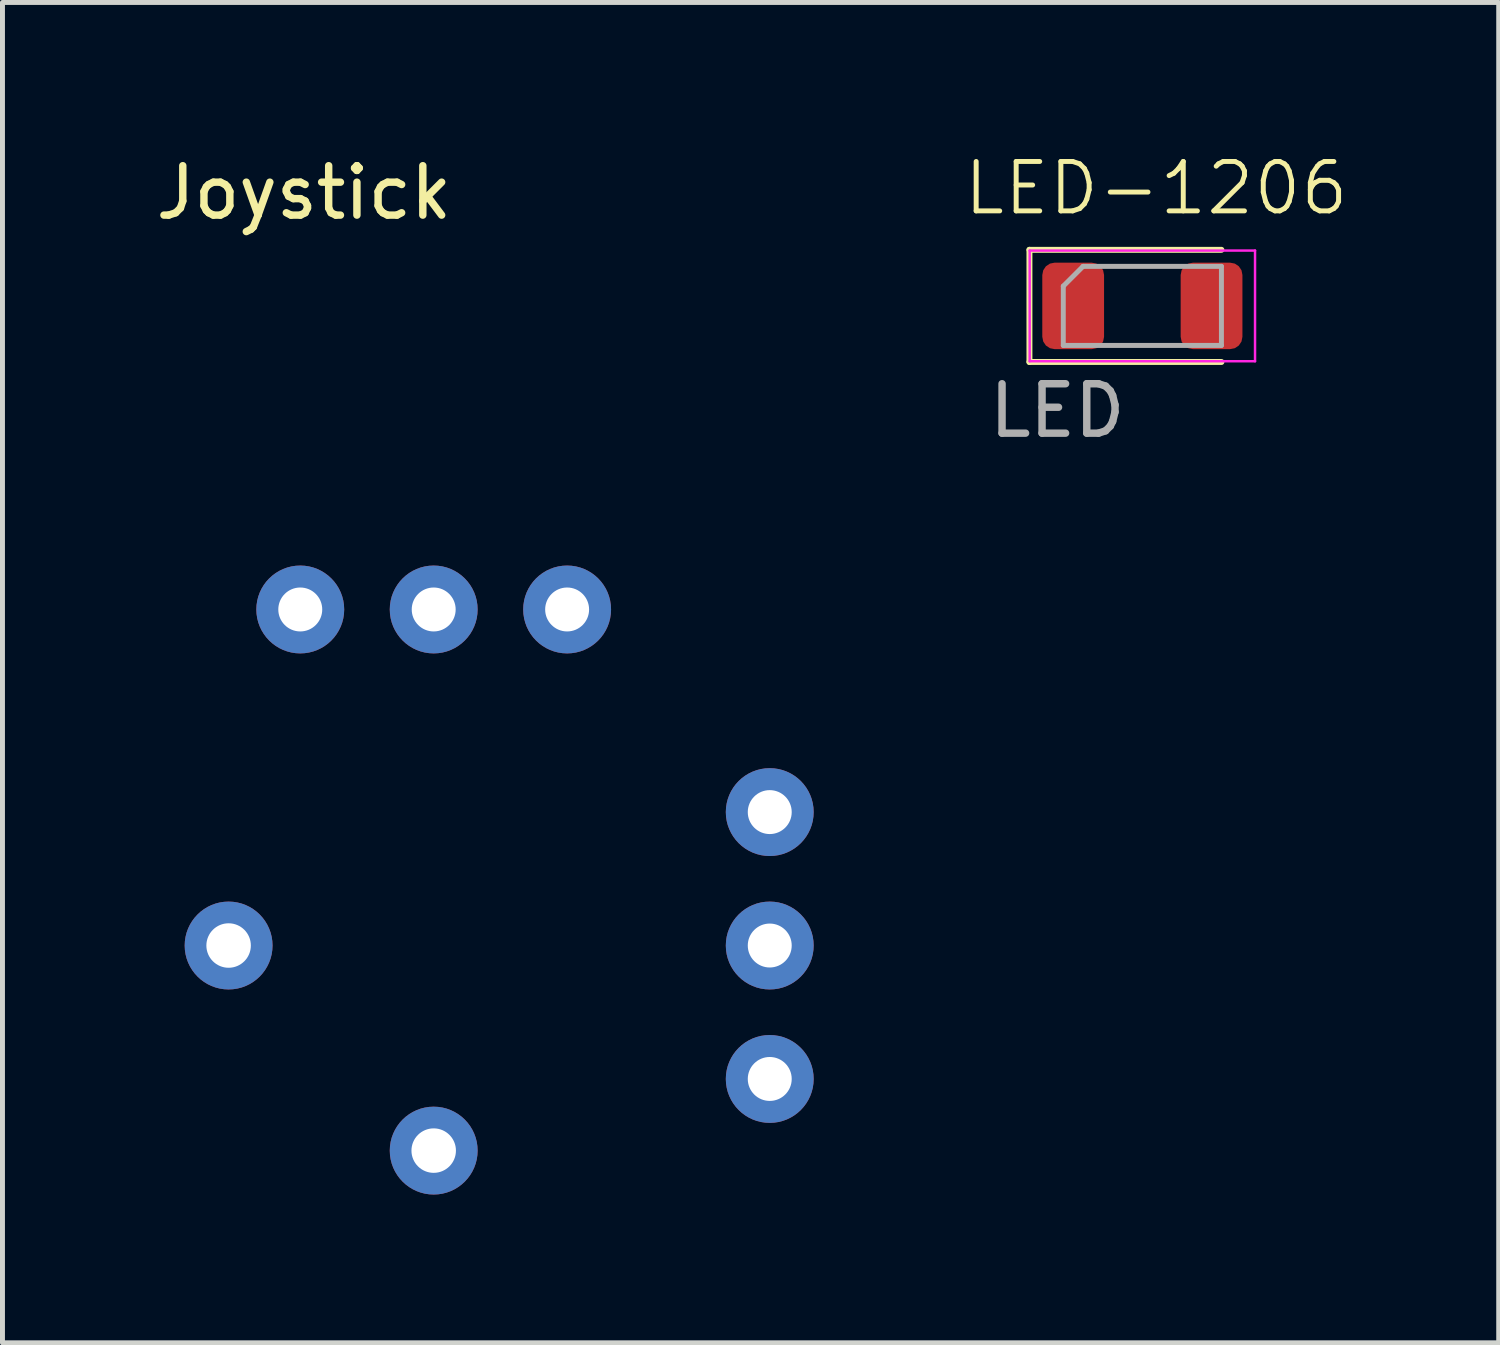
<source format=kicad_pcb>
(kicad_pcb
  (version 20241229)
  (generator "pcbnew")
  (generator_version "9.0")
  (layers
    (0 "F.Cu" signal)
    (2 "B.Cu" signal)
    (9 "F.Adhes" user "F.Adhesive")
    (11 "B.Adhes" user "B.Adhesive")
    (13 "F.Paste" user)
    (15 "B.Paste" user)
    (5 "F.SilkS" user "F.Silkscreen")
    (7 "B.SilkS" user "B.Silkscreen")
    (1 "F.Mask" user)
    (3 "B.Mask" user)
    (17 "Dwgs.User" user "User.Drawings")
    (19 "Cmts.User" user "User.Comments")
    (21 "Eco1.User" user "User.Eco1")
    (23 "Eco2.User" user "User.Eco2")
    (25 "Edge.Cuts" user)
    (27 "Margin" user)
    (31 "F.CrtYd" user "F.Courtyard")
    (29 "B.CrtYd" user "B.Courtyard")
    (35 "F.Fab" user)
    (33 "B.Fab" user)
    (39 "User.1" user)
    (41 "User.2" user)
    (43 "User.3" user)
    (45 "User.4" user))
  (footprint "LED-1206"
    (layer "F.Cu")
    (at 20.066 3.14)
    (property "Reference" "LED-1206" (at 0.28 -2.38 0) (unlocked yes) (layer "F.SilkS") (effects (font (size 1 1) (thickness 0.1))))
    (attr smd)
    (fp_line (start -2.285 -1.135) (end -2.285 1.135) (stroke (width 0.12) (type solid)) (layer "F.SilkS"))
    (fp_line (start -2.285 1.135) (end 1.6 1.135) (stroke (width 0.12) (type solid)) (layer "F.SilkS"))
    (fp_line (start 1.6 -1.135) (end -2.285 -1.135) (stroke (width 0.12) (type solid)) (layer "F.SilkS"))
    (fp_line (start -2.28 -1.12) (end 2.28 -1.12) (stroke (width 0.05) (type solid)) (layer "F.CrtYd"))
    (fp_line (start -2.28 1.12) (end -2.28 -1.12) (stroke (width 0.05) (type solid)) (layer "F.CrtYd"))
    (fp_line (start 2.28 -1.12) (end 2.28 1.12) (stroke (width 0.05) (type solid)) (layer "F.CrtYd"))
    (fp_line (start 2.28 1.12) (end -2.28 1.12) (stroke (width 0.05) (type solid)) (layer "F.CrtYd"))
    (fp_line (start -1.6 -0.4) (end -1.6 0.8) (stroke (width 0.1) (type solid)) (layer "F.Fab"))
    (fp_line (start -1.6 0.8) (end 1.6 0.8) (stroke (width 0.1) (type solid)) (layer "F.Fab"))
    (fp_line (start -1.2 -0.8) (end -1.6 -0.4) (stroke (width 0.1) (type solid)) (layer "F.Fab"))
    (fp_line (start 1.6 -0.8) (end -1.2 -0.8) (stroke (width 0.1) (type solid)) (layer "F.Fab"))
    (fp_line (start 1.6 0.8) (end 1.6 -0.8) (stroke (width 0.1) (type solid)) (layer "F.Fab"))
    (fp_text user "LED" (at -1.72 2.12 0) (unlocked yes) (layer "F.Fab") (effects (font (size 1 1) (thickness 0.15))))
    (pad "1" smd roundrect (at -1.4 0) (size 1.25 1.75) (layers "F.Cu" "F.Mask" "F.Paste") (roundrect_rratio 0.2))
    (pad "2" smd roundrect (at 1.4 0) (size 1.25 1.75) (layers "F.Cu" "F.Mask" "F.Paste") (roundrect_rratio 0.2)))
  (footprint "Joystick"
    (layer "F.Cu")
    (at 5.726 16.083)
    (property "Reference" "Joystick" (at -2.625 -15.235 0) (layer "F.SilkS") (effects (font (size 1 1) (thickness 0.15))))
    (attr through_hole)
    (pad "H1" thru_hole circle (at 6.8 -2.7) (size 1.778 1.778) (drill 0.889) (layers "*.Cu" "*.Mask"))
    (pad "H2" thru_hole circle (at 6.8 0) (size 1.778 1.778) (drill 0.889) (layers "*.Cu" "*.Mask"))
    (pad "H3" thru_hole circle (at 6.8 2.7) (size 1.778 1.778) (drill 0.889) (layers "*.Cu" "*.Mask"))
    (pad "Sa" thru_hole circle (at -4.15 0) (size 1.778 1.778) (drill 0.9) (layers "*.Cu" "*.Mask"))
    (pad "Sb" thru_hole circle (at 0 4.15) (size 1.778 1.778) (drill 0.9) (layers "*.Cu" "*.Mask"))
    (pad "V1" thru_hole circle (at -2.7 -6.8) (size 1.778 1.778) (drill 0.889) (layers "*.Cu" "*.Mask"))
    (pad "V2" thru_hole circle (at 0 -6.8) (size 1.778 1.778) (drill 0.889) (layers "*.Cu" "*.Mask"))
    (pad "V3" thru_hole circle (at 2.7 -6.8) (size 1.778 1.778) (drill 0.889) (layers "*.Cu" "*.Mask")))
  (gr_rect
    (start -3 -3)
    (end 27.277 24.122)
    (stroke (width 0.1) (type default))
    (fill no)
    (layer "Edge.Cuts")))
</source>
